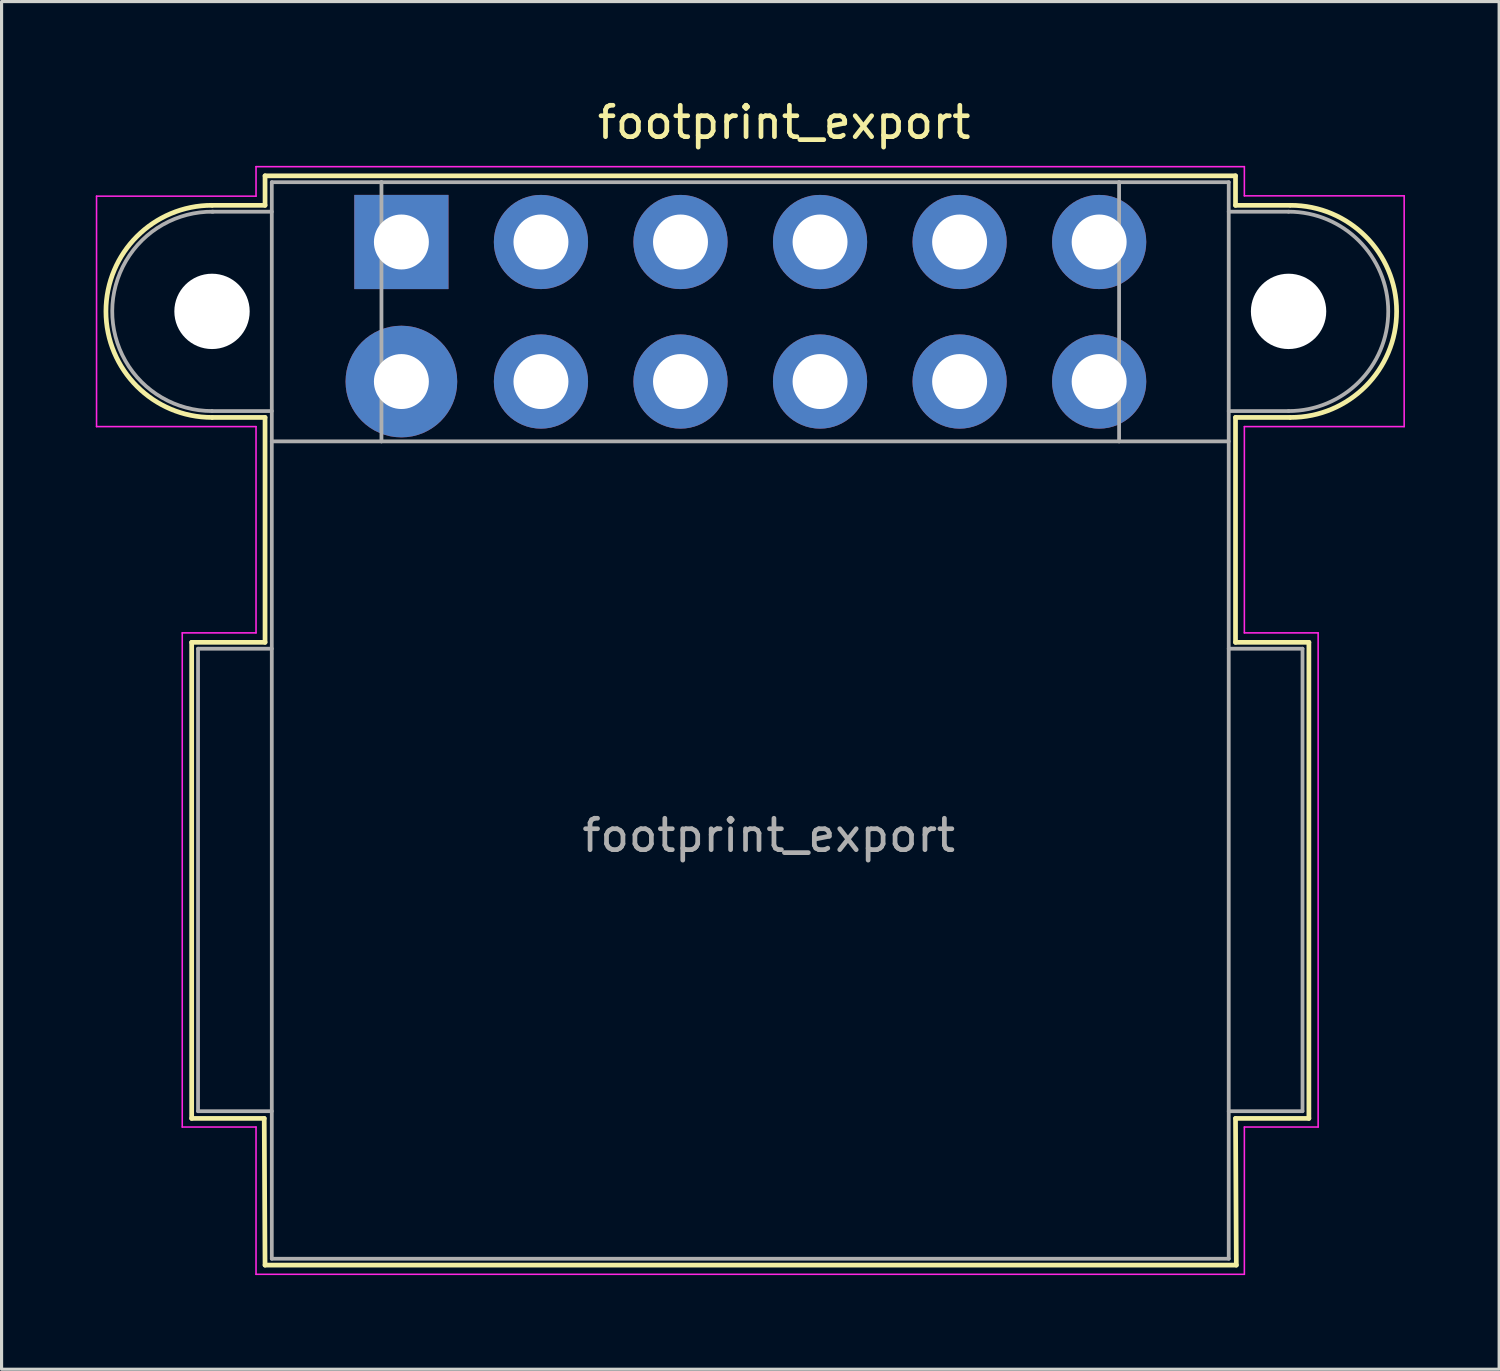
<source format=kicad_pcb>
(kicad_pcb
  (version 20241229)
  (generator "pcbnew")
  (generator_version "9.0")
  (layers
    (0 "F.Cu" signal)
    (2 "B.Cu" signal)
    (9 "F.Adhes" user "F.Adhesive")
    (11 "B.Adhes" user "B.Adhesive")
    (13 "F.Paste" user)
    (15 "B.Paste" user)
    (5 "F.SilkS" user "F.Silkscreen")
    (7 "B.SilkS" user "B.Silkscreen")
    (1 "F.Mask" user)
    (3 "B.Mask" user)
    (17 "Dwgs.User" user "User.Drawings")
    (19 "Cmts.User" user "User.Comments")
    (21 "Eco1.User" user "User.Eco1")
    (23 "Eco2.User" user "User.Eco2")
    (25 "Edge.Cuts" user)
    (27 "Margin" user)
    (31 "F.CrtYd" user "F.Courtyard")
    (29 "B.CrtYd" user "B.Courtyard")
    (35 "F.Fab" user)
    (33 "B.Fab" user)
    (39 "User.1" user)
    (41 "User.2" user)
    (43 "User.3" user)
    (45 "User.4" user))
  (footprint "footprint_export"
    (layer "F.Cu")
    (at 9.735 4.658)
    (property "Reference" "footprint_export" (at 12.192 -3.81 0) (layer "F.SilkS") (effects (font (size 1 1) (thickness 0.15))))
    (attr through_hole)
    (fp_line (start -6.68 12.751) (end -4.343 12.751) (stroke (width 0.15) (type solid)) (layer "F.SilkS"))
    (fp_line (start -6.68 27.915) (end -6.68 12.751) (stroke (width 0.15) (type solid)) (layer "F.SilkS"))
    (fp_line (start -6.02 -1.168) (end -4.343 -1.168) (stroke (width 0.15) (type solid)) (layer "F.SilkS"))
    (fp_line (start -4.369 27.915) (end -6.68 27.915) (stroke (width 0.15) (type solid)) (layer "F.SilkS"))
    (fp_line (start -4.343 -2.108) (end 26.568 -2.108) (stroke (width 0.15) (type solid)) (layer "F.SilkS"))
    (fp_line (start -4.343 -1.168) (end -4.343 -2.108) (stroke (width 0.15) (type solid)) (layer "F.SilkS"))
    (fp_line (start -4.343 5.588) (end -6.02 5.588) (stroke (width 0.15) (type solid)) (layer "F.SilkS"))
    (fp_line (start -4.343 12.751) (end -4.343 5.588) (stroke (width 0.15) (type solid)) (layer "F.SilkS"))
    (fp_line (start -4.343 32.588) (end -4.369 27.915) (stroke (width 0.15) (type solid)) (layer "F.SilkS"))
    (fp_line (start 26.568 -1.168) (end 26.568 -2.108) (stroke (width 0.15) (type solid)) (layer "F.SilkS"))
    (fp_line (start 26.568 5.588) (end 26.568 12.751) (stroke (width 0.15) (type solid)) (layer "F.SilkS"))
    (fp_line (start 26.568 12.751) (end 28.905 12.751) (stroke (width 0.15) (type solid)) (layer "F.SilkS"))
    (fp_line (start 26.568 27.915) (end 26.594 32.588) (stroke (width 0.15) (type solid)) (layer "F.SilkS"))
    (fp_line (start 26.594 32.588) (end -4.343 32.588) (stroke (width 0.15) (type solid)) (layer "F.SilkS"))
    (fp_line (start 28.296 -1.168) (end 26.568 -1.168) (stroke (width 0.15) (type solid)) (layer "F.SilkS"))
    (fp_line (start 28.296 5.588) (end 26.568 5.588) (stroke (width 0.15) (type solid)) (layer "F.SilkS"))
    (fp_line (start 28.905 27.915) (end 26.568 27.915) (stroke (width 0.15) (type solid)) (layer "F.SilkS"))
    (fp_line (start 28.905 27.915) (end 28.905 12.751) (stroke (width 0.15) (type solid)) (layer "F.SilkS"))
    (fp_arc (start -6.0325 5.588) (mid -9.4107 2.2098) (end -6.0325 -1.1684) (stroke (width 0.15) (type solid)) (layer "F.SilkS"))
    (fp_arc (start 28.321 -1.1684) (mid 31.6992 2.2098) (end 28.321 5.588) (stroke (width 0.15) (type solid)) (layer "F.SilkS"))
    (fp_line (start -9.71 -1.46) (end -4.63 -1.46) (stroke (width 0.05) (type solid)) (layer "F.CrtYd"))
    (fp_line (start -9.71 5.88) (end -9.71 -1.46) (stroke (width 0.05) (type solid)) (layer "F.CrtYd"))
    (fp_line (start -9.71 5.88) (end -4.63 5.88) (stroke (width 0.05) (type solid)) (layer "F.CrtYd"))
    (fp_line (start -6.98 12.45) (end -4.63 12.45) (stroke (width 0.05) (type solid)) (layer "F.CrtYd"))
    (fp_line (start -6.98 28.19) (end -6.98 12.45) (stroke (width 0.05) (type solid)) (layer "F.CrtYd"))
    (fp_line (start -6.98 28.19) (end -4.63 28.19) (stroke (width 0.05) (type solid)) (layer "F.CrtYd"))
    (fp_line (start -4.63 -2.4) (end 26.85 -2.4) (stroke (width 0.05) (type solid)) (layer "F.CrtYd"))
    (fp_line (start -4.63 -1.46) (end -4.63 -2.4) (stroke (width 0.05) (type solid)) (layer "F.CrtYd"))
    (fp_line (start -4.63 12.45) (end -4.63 5.88) (stroke (width 0.05) (type solid)) (layer "F.CrtYd"))
    (fp_line (start -4.63 32.88) (end -4.63 28.19) (stroke (width 0.05) (type solid)) (layer "F.CrtYd"))
    (fp_line (start -4.63 32.88) (end 26.85 32.88) (stroke (width 0.05) (type solid)) (layer "F.CrtYd"))
    (fp_line (start 26.85 -1.47) (end 26.85 -2.4) (stroke (width 0.05) (type solid)) (layer "F.CrtYd"))
    (fp_line (start 26.85 -1.47) (end 31.94 -1.47) (stroke (width 0.05) (type solid)) (layer "F.CrtYd"))
    (fp_line (start 26.85 5.88) (end 26.85 12.45) (stroke (width 0.05) (type solid)) (layer "F.CrtYd"))
    (fp_line (start 26.85 5.88) (end 31.94 5.88) (stroke (width 0.05) (type solid)) (layer "F.CrtYd"))
    (fp_line (start 26.85 12.45) (end 29.2 12.45) (stroke (width 0.05) (type solid)) (layer "F.CrtYd"))
    (fp_line (start 26.85 28.19) (end 26.85 32.88) (stroke (width 0.05) (type solid)) (layer "F.CrtYd"))
    (fp_line (start 26.85 28.19) (end 29.2 28.19) (stroke (width 0.05) (type solid)) (layer "F.CrtYd"))
    (fp_line (start 29.2 12.45) (end 29.2 28.19) (stroke (width 0.05) (type solid)) (layer "F.CrtYd"))
    (fp_line (start 31.94 -1.47) (end 31.94 5.88) (stroke (width 0.05) (type solid)) (layer "F.CrtYd"))
    (fp_line (start -6.477 12.954) (end -6.477 27.686) (stroke (width 0.12) (type solid)) (layer "F.Fab"))
    (fp_line (start -6.477 27.686) (end -4.128 27.686) (stroke (width 0.12) (type solid)) (layer "F.Fab"))
    (fp_line (start -6.032 -0.965) (end -4.128 -0.965) (stroke (width 0.12) (type solid)) (layer "F.Fab"))
    (fp_line (start -6.032 5.385) (end -4.128 5.385) (stroke (width 0.12) (type solid)) (layer "F.Fab"))
    (fp_line (start -4.128 -1.905) (end -4.128 32.385) (stroke (width 0.12) (type solid)) (layer "F.Fab"))
    (fp_line (start -4.128 12.954) (end -6.477 12.954) (stroke (width 0.12) (type solid)) (layer "F.Fab"))
    (fp_line (start -0.635 -1.905) (end -4.128 -1.905) (stroke (width 0.12) (type solid)) (layer "F.Fab"))
    (fp_line (start -0.635 -1.905) (end -0.635 6.35) (stroke (width 0.12) (type solid)) (layer "F.Fab"))
    (fp_line (start -0.635 -1.905) (end 22.86 -1.905) (stroke (width 0.12) (type solid)) (layer "F.Fab"))
    (fp_line (start -0.635 6.35) (end -4.128 6.35) (stroke (width 0.12) (type solid)) (layer "F.Fab"))
    (fp_line (start -0.635 6.35) (end 22.86 6.35) (stroke (width 0.12) (type solid)) (layer "F.Fab"))
    (fp_line (start 22.86 -1.905) (end 22.86 6.35) (stroke (width 0.12) (type solid)) (layer "F.Fab"))
    (fp_line (start 22.86 -1.905) (end 26.352 -1.905) (stroke (width 0.12) (type solid)) (layer "F.Fab"))
    (fp_line (start 22.86 6.35) (end 26.352 6.35) (stroke (width 0.12) (type solid)) (layer "F.Fab"))
    (fp_line (start 26.352 -1.905) (end 26.352 32.385) (stroke (width 0.12) (type solid)) (layer "F.Fab"))
    (fp_line (start 26.352 12.954) (end 28.702 12.954) (stroke (width 0.12) (type solid)) (layer "F.Fab"))
    (fp_line (start 26.352 32.385) (end -4.128 32.385) (stroke (width 0.12) (type solid)) (layer "F.Fab"))
    (fp_line (start 28.258 -0.965) (end 26.352 -0.965) (stroke (width 0.12) (type solid)) (layer "F.Fab"))
    (fp_line (start 28.258 5.385) (end 26.352 5.385) (stroke (width 0.12) (type solid)) (layer "F.Fab"))
    (fp_line (start 28.702 12.954) (end 28.702 27.686) (stroke (width 0.12) (type solid)) (layer "F.Fab"))
    (fp_line (start 28.702 27.686) (end 26.352 27.686) (stroke (width 0.12) (type solid)) (layer "F.Fab"))
    (fp_arc (start -6.0325 5.3848) (mid -9.207456 2.193176) (end -5.999252 -0.965026) (stroke (width 0.12) (type solid)) (layer "F.Fab"))
    (fp_arc (start 28.2575 -0.9652) (mid 31.4325 2.2098) (end 28.2575 5.3848) (stroke (width 0.12) (type solid)) (layer "F.Fab"))
    (fp_text user "${REFERENCE}" (at 11.7 18.9 0) (layer "F.Fab") (effects (font (size 1 1) (thickness 0.15))))
    (pad "" np_thru_hole circle (at -6.032 2.21) (size 2.4 2.4) (drill 2.4) (layers "*.Cu" "*.Mask"))
    (pad "" np_thru_hole circle (at 28.258 2.21) (size 2.4 2.4) (drill 2.4) (layers "*.Cu" "*.Mask"))
    (pad "1" thru_hole rect (at 0 0) (size 3 3) (drill 1.75) (layers "*.Cu" "*.Mask"))
    (pad "2" thru_hole circle (at 4.445 0) (size 3 3) (drill 1.75) (layers "*.Cu" "*.Mask"))
    (pad "3" thru_hole circle (at 8.89 0) (size 3 3) (drill 1.75) (layers "*.Cu" "*.Mask"))
    (pad "4" thru_hole circle (at 13.335 0) (size 3 3) (drill 1.75) (layers "*.Cu" "*.Mask"))
    (pad "5" thru_hole circle (at 17.78 0) (size 3 3) (drill 1.75) (layers "*.Cu" "*.Mask"))
    (pad "6" thru_hole circle (at 22.225 0) (size 3 3) (drill 1.75) (layers "*.Cu" "*.Mask"))
    (pad "7" thru_hole circle (at 22.225 4.445) (size 3 3) (drill 1.75) (layers "*.Cu" "*.Mask"))
    (pad "8" thru_hole circle (at 17.78 4.445) (size 3 3) (drill 1.75) (layers "*.Cu" "*.Mask"))
    (pad "9" thru_hole circle (at 13.335 4.445) (size 3 3) (drill 1.75) (layers "*.Cu" "*.Mask"))
    (pad "10" thru_hole circle (at 8.89 4.445) (size 3 3) (drill 1.75) (layers "*.Cu" "*.Mask"))
    (pad "11" thru_hole circle (at 4.445 4.445) (size 3 3) (drill 1.75) (layers "*.Cu" "*.Mask"))
    (pad "12" thru_hole circle (at 0 4.445) (size 3.556 3.556) (drill 1.75) (layers "*.Cu" "*.Mask")))
  (gr_rect
    (start -3 -3)
    (end 44.7 40.563)
    (stroke (width 0.1) (type default))
    (fill no)
    (layer "Edge.Cuts")))
</source>
